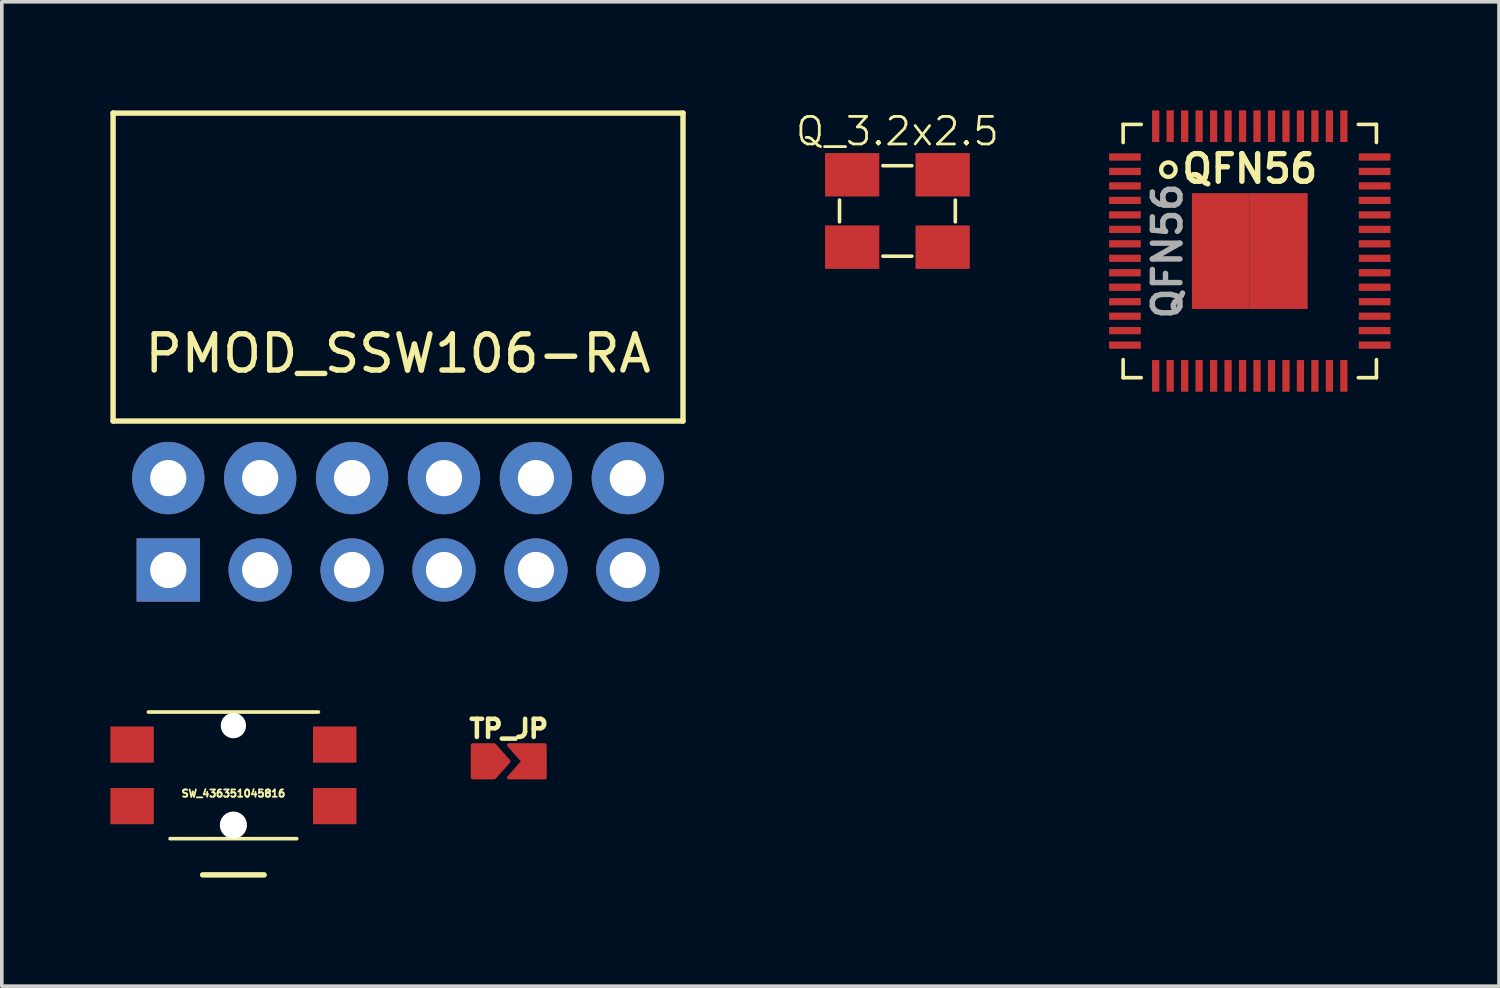
<source format=kicad_pcb>
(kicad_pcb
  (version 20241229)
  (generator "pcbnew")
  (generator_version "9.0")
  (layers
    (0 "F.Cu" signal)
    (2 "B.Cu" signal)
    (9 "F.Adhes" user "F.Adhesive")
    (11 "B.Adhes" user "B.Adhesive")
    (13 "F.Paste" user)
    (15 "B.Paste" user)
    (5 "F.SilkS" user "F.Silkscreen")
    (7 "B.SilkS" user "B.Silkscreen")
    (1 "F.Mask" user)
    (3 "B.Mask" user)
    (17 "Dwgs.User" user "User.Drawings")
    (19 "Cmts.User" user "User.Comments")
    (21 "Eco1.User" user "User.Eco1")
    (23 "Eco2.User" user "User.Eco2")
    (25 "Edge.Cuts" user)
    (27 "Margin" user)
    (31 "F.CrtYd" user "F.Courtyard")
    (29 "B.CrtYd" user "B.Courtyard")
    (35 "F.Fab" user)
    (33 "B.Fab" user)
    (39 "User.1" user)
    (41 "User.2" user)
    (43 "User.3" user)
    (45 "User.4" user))
  (footprint "PMOD_SSW106-RA"
    (layer "F.Cu")
    (at 7.95 11.432)
    (property "Reference" "PMOD_SSW106-RA" (at 0 -4.712 0) (layer "F.SilkS") (effects (font (size 1 1) (thickness 0.15))))
    (attr through_hole)
    (fp_line (start -7.875 -11.357) (end -7.875 -2.847) (stroke (width 0.15) (type solid)) (layer "F.SilkS"))
    (fp_line (start -7.875 -11.357) (end 7.875 -11.357) (stroke (width 0.15) (type solid)) (layer "F.SilkS"))
    (fp_line (start -7.875 -2.847) (end 7.875 -2.847) (stroke (width 0.15) (type solid)) (layer "F.SilkS"))
    (fp_line (start 7.875 -11.357) (end 7.875 -2.847) (stroke (width 0.15) (type solid)) (layer "F.SilkS"))
    (pad "1" thru_hole rect (at -6.35 1.27) (size 1.75 1.75) (drill 1) (layers "*.Cu" "*.Mask"))
    (pad "2" thru_hole circle (at -3.81 1.27) (size 1.75 1.75) (drill 1) (layers "*.Cu" "*.Mask"))
    (pad "3" thru_hole circle (at -1.27 1.27) (size 1.75 1.75) (drill 1) (layers "*.Cu" "*.Mask"))
    (pad "4" thru_hole circle (at 1.27 1.27) (size 1.75 1.75) (drill 1) (layers "*.Cu" "*.Mask"))
    (pad "5" thru_hole circle (at 3.81 1.27) (size 1.75 1.75) (drill 1) (layers "*.Cu" "*.Mask"))
    (pad "6" thru_hole circle (at 6.35 1.27) (size 1.75 1.75) (drill 1) (layers "*.Cu" "*.Mask"))
    (pad "7" thru_hole circle (at -6.35 -1.27) (size 2 2) (drill 1) (layers "*.Cu" "*.Mask"))
    (pad "8" thru_hole circle (at -3.81 -1.27) (size 2 2) (drill 1) (layers "*.Cu" "*.Mask"))
    (pad "9" thru_hole circle (at -1.27 -1.27) (size 2 2) (drill 1) (layers "*.Cu" "*.Mask"))
    (pad "10" thru_hole circle (at 1.27 -1.27) (size 2 2) (drill 1) (layers "*.Cu" "*.Mask"))
    (pad "11" thru_hole circle (at 3.81 -1.27) (size 2 2) (drill 1) (layers "*.Cu" "*.Mask"))
    (pad "12" thru_hole circle (at 6.35 -1.27) (size 2 2) (drill 1) (layers "*.Cu" "*.Mask")))
  (footprint "SW_436351045816"
    (layer "F.Cu")
    (at 3.4 18.377)
    (property "Reference" "SW_436351045816" (at 0 0.5 0) (layer "F.SilkS") (effects (font (size 0.2 0.2) (thickness 0.05))))
    (attr through_hole)
    (fp_line (start -2.35 -1.75) (end 2.35 -1.75) (stroke (width 0.1) (type solid)) (layer "F.SilkS"))
    (fp_line (start -1.75 1.75) (end 1.75 1.75) (stroke (width 0.1) (type solid)) (layer "F.SilkS"))
    (fp_line (start -0.85 2.75) (end 0.85 2.75) (stroke (width 0.15) (type solid)) (layer "F.SilkS"))
    (pad "" np_thru_hole circle (at 0 -1.375) (size 0.7 0.7) (drill 0.7) (layers "*.Cu" "*.Mask"))
    (pad "" np_thru_hole circle (at 0 1.375) (size 0.75 0.75) (drill 0.75) (layers "*.Cu" "*.Mask"))
    (pad "1" smd rect (at -2.8 -0.85) (size 1.2 1) (layers "F.Cu" "F.Mask" "F.Paste"))
    (pad "1" smd rect (at 2.8 -0.85) (size 1.2 1) (layers "F.Cu" "F.Mask" "F.Paste"))
    (pad "2" smd rect (at -2.8 0.85) (size 1.2 1) (layers "F.Cu" "F.Mask" "F.Paste"))
    (pad "2" smd rect (at 2.8 0.85) (size 1.2 1) (layers "F.Cu" "F.Mask" "F.Paste")))
  (footprint "QFN56"
    (layer "F.Cu")
    (at 31.488 3.888)
    (property "Reference" "QFN56" (at 0 -2.275 0) (unlocked yes) (layer "F.SilkS") (effects (font (size 0.762 0.762) (thickness 0.15))))
    (attr smd)
    (fp_line (start -3.5 -3.5) (end -3.5 -3) (stroke (width 0.1) (type solid)) (layer "F.SilkS"))
    (fp_line (start -3.5 -3.5) (end -3 -3.5) (stroke (width 0.1) (type solid)) (layer "F.SilkS"))
    (fp_line (start -3.5 3.5) (end -3.5 3) (stroke (width 0.1) (type solid)) (layer "F.SilkS"))
    (fp_line (start -3 3.5) (end -3.5 3.5) (stroke (width 0.1) (type solid)) (layer "F.SilkS"))
    (fp_line (start 3 -3.5) (end 3.5 -3.5) (stroke (width 0.1) (type solid)) (layer "F.SilkS"))
    (fp_line (start 3.5 -3.5) (end 3.5 -3) (stroke (width 0.1) (type solid)) (layer "F.SilkS"))
    (fp_line (start 3.5 3) (end 3.5 3.5) (stroke (width 0.1) (type solid)) (layer "F.SilkS"))
    (fp_line (start 3.5 3.5) (end 3 3.5) (stroke (width 0.1) (type solid)) (layer "F.SilkS"))
    (fp_circle (center -2.25 -2.25) (end -2.05 -2.25) (stroke (width 0.12) (type solid)) (fill no) (layer "F.SilkS"))
    (fp_text user "${REFERENCE}" (at -2.275 0 90) (unlocked yes) (layer "F.Fab") (effects (font (size 0.762 0.762) (thickness 0.15))))
    (pad "1" smd rect (at -3.45 -2.6) (size 0.875 0.2) (layers "F.Cu" "F.Mask" "F.Paste"))
    (pad "2" smd rect (at -3.45 -2.2) (size 0.875 0.2) (layers "F.Cu" "F.Mask" "F.Paste"))
    (pad "3" smd rect (at -3.45 -1.8) (size 0.875 0.2) (layers "F.Cu" "F.Mask" "F.Paste"))
    (pad "4" smd rect (at -3.45 -1.4) (size 0.875 0.2) (layers "F.Cu" "F.Mask" "F.Paste"))
    (pad "5" smd rect (at -3.45 -1) (size 0.875 0.2) (layers "F.Cu" "F.Mask" "F.Paste"))
    (pad "6" smd rect (at -3.45 -0.6) (size 0.875 0.2) (layers "F.Cu" "F.Mask" "F.Paste"))
    (pad "7" smd rect (at -3.45 -0.2) (size 0.875 0.2) (layers "F.Cu" "F.Mask" "F.Paste"))
    (pad "8" smd rect (at -3.45 0.2) (size 0.875 0.2) (layers "F.Cu" "F.Mask" "F.Paste"))
    (pad "9" smd rect (at -3.45 0.6) (size 0.875 0.2) (layers "F.Cu" "F.Mask" "F.Paste"))
    (pad "10" smd rect (at -3.45 1) (size 0.875 0.2) (layers "F.Cu" "F.Mask" "F.Paste"))
    (pad "11" smd rect (at -3.45 1.4) (size 0.875 0.2) (layers "F.Cu" "F.Mask" "F.Paste"))
    (pad "12" smd rect (at -3.45 1.8) (size 0.875 0.2) (layers "F.Cu" "F.Mask" "F.Paste"))
    (pad "13" smd rect (at -3.45 2.2) (size 0.875 0.2) (layers "F.Cu" "F.Mask" "F.Paste"))
    (pad "14" smd rect (at -3.45 2.6) (size 0.875 0.2) (layers "F.Cu" "F.Mask" "F.Paste"))
    (pad "15" smd rect (at -2.6 3.45 90) (size 0.875 0.2) (layers "F.Cu" "F.Mask" "F.Paste"))
    (pad "16" smd rect (at -2.2 3.45 90) (size 0.875 0.2) (layers "F.Cu" "F.Mask" "F.Paste"))
    (pad "17" smd rect (at -1.8 3.45 90) (size 0.875 0.2) (layers "F.Cu" "F.Mask" "F.Paste"))
    (pad "18" smd rect (at -1.4 3.45 90) (size 0.875 0.2) (layers "F.Cu" "F.Mask" "F.Paste"))
    (pad "19" smd rect (at -1 3.45 90) (size 0.875 0.2) (layers "F.Cu" "F.Mask" "F.Paste"))
    (pad "20" smd rect (at -0.6 3.45 90) (size 0.875 0.2) (layers "F.Cu" "F.Mask" "F.Paste"))
    (pad "21" smd rect (at -0.2 3.45 90) (size 0.875 0.2) (layers "F.Cu" "F.Mask" "F.Paste"))
    (pad "22" smd rect (at 0.2 3.45 90) (size 0.875 0.2) (layers "F.Cu" "F.Mask" "F.Paste"))
    (pad "23" smd rect (at 0.6 3.45 90) (size 0.875 0.2) (layers "F.Cu" "F.Mask" "F.Paste"))
    (pad "24" smd rect (at 1 3.45 90) (size 0.875 0.2) (layers "F.Cu" "F.Mask" "F.Paste"))
    (pad "25" smd rect (at 1.4 3.45 90) (size 0.875 0.2) (layers "F.Cu" "F.Mask" "F.Paste"))
    (pad "26" smd rect (at 1.8 3.45 90) (size 0.875 0.2) (layers "F.Cu" "F.Mask" "F.Paste"))
    (pad "27" smd rect (at 2.2 3.45 90) (size 0.875 0.2) (layers "F.Cu" "F.Mask" "F.Paste"))
    (pad "28" smd rect (at 2.6 3.45 90) (size 0.875 0.2) (layers "F.Cu" "F.Mask" "F.Paste"))
    (pad "29" smd rect (at 3.45 2.6 180) (size 0.875 0.2) (layers "F.Cu" "F.Mask" "F.Paste"))
    (pad "30" smd rect (at 3.45 2.2 180) (size 0.875 0.2) (layers "F.Cu" "F.Mask" "F.Paste"))
    (pad "31" smd rect (at 3.45 1.8 180) (size 0.875 0.2) (layers "F.Cu" "F.Mask" "F.Paste"))
    (pad "32" smd rect (at 3.45 1.4 180) (size 0.875 0.2) (layers "F.Cu" "F.Mask" "F.Paste"))
    (pad "33" smd rect (at 3.45 1 180) (size 0.875 0.2) (layers "F.Cu" "F.Mask" "F.Paste"))
    (pad "34" smd rect (at 3.45 0.6 180) (size 0.875 0.2) (layers "F.Cu" "F.Mask" "F.Paste"))
    (pad "35" smd rect (at 3.45 0.2 180) (size 0.875 0.2) (layers "F.Cu" "F.Mask" "F.Paste"))
    (pad "36" smd rect (at 3.45 -0.2 180) (size 0.875 0.2) (layers "F.Cu" "F.Mask" "F.Paste"))
    (pad "37" smd rect (at 3.45 -0.6 180) (size 0.875 0.2) (layers "F.Cu" "F.Mask" "F.Paste"))
    (pad "38" smd rect (at 3.45 -1 180) (size 0.875 0.2) (layers "F.Cu" "F.Mask" "F.Paste"))
    (pad "39" smd rect (at 3.45 -1.4 180) (size 0.875 0.2) (layers "F.Cu" "F.Mask" "F.Paste"))
    (pad "40" smd rect (at 3.45 -1.8 180) (size 0.875 0.2) (layers "F.Cu" "F.Mask" "F.Paste"))
    (pad "41" smd rect (at 3.45 -2.2 180) (size 0.875 0.2) (layers "F.Cu" "F.Mask" "F.Paste"))
    (pad "42" smd rect (at 3.45 -2.6 180) (size 0.875 0.2) (layers "F.Cu" "F.Mask" "F.Paste"))
    (pad "43" smd rect (at 2.6 -3.45 270) (size 0.875 0.2) (layers "F.Cu" "F.Mask" "F.Paste"))
    (pad "44" smd rect (at 2.2 -3.45 270) (size 0.875 0.2) (layers "F.Cu" "F.Mask" "F.Paste"))
    (pad "45" smd rect (at 1.8 -3.45 270) (size 0.875 0.2) (layers "F.Cu" "F.Mask" "F.Paste"))
    (pad "46" smd rect (at 1.4 -3.45 270) (size 0.875 0.2) (layers "F.Cu" "F.Mask" "F.Paste"))
    (pad "47" smd rect (at 1 -3.45 270) (size 0.875 0.2) (layers "F.Cu" "F.Mask" "F.Paste"))
    (pad "48" smd rect (at 0.6 -3.45 270) (size 0.875 0.2) (layers "F.Cu" "F.Mask" "F.Paste"))
    (pad "49" smd rect (at 0.2 -3.45 270) (size 0.875 0.2) (layers "F.Cu" "F.Mask" "F.Paste"))
    (pad "50" smd rect (at -0.2 -3.45 270) (size 0.875 0.2) (layers "F.Cu" "F.Mask" "F.Paste"))
    (pad "51" smd rect (at -0.6 -3.45 270) (size 0.875 0.2) (layers "F.Cu" "F.Mask" "F.Paste"))
    (pad "52" smd rect (at -1 -3.45 270) (size 0.875 0.2) (layers "F.Cu" "F.Mask" "F.Paste"))
    (pad "53" smd rect (at -1.4 -3.45 270) (size 0.875 0.2) (layers "F.Cu" "F.Mask" "F.Paste"))
    (pad "54" smd rect (at -1.8 -3.45 270) (size 0.875 0.2) (layers "F.Cu" "F.Mask" "F.Paste"))
    (pad "55" smd rect (at -2.2 -3.45 270) (size 0.875 0.2) (layers "F.Cu" "F.Mask" "F.Paste"))
    (pad "56" smd rect (at -2.6 -3.45 270) (size 0.875 0.2) (layers "F.Cu" "F.Mask" "F.Paste"))
    (pad "PAD" smd rect (at -0.8 -0.8) (size 1.6 1.6) (layers "F.Cu" "F.Mask" "F.Paste"))
    (pad "PAD" smd rect (at -0.8 0.8) (size 1.6 1.6) (layers "F.Cu" "F.Mask" "F.Paste"))
    (pad "PAD" smd rect (at 0.8 -0.8) (size 1.6 1.6) (layers "F.Cu" "F.Mask" "F.Paste"))
    (pad "PAD" smd rect (at 0.8 0.8) (size 1.6 1.6) (layers "F.Cu" "F.Mask" "F.Paste")))
  (footprint "Q_3.2x2.5"
    (layer "F.Cu")
    (at 21.75 2.78)
    (property "Reference" "Q_3.2x2.5" (at 0 -2.2 0) (layer "F.SilkS") (effects (font (size 0.762 0.762) (thickness 0.076))))
    (attr through_hole)
    (fp_line (start -1.6 0.3) (end -1.6 -0.3) (stroke (width 0.1) (type solid)) (layer "F.SilkS"))
    (fp_line (start -0.4 -1.25) (end 0.4 -1.25) (stroke (width 0.1) (type solid)) (layer "F.SilkS"))
    (fp_line (start -0.4 1.25) (end 0.4 1.25) (stroke (width 0.1) (type solid)) (layer "F.SilkS"))
    (fp_line (start 1.6 -0.3) (end 1.6 0.3) (stroke (width 0.1) (type solid)) (layer "F.SilkS"))
    (pad "1" smd rect (at -1.25 1) (size 1.5 1.2) (layers "F.Cu" "F.Mask" "F.Paste"))
    (pad "2" smd rect (at 1.25 1) (size 1.5 1.2) (layers "F.Cu" "F.Mask" "F.Paste"))
    (pad "3" smd rect (at 1.25 -1) (size 1.5 1.2) (layers "F.Cu" "F.Mask" "F.Paste"))
    (pad "4" smd rect (at -1.25 -1) (size 1.5 1.2) (layers "F.Cu" "F.Mask" "F.Paste")))
  (footprint "TP_JP"
    (layer "F.Cu")
    (at 11.009 17.989)
    (property "Reference" "TP_JP" (at 0 -0.9 0) (unlocked yes) (layer "F.SilkS") (effects (font (size 0.5 0.5) (thickness 0.125))))
    (attr smd)
    (pad "1" smd custom (at -0.6 0) (size 0.5 0.5) (layers "F.Cu" "F.Mask" "F.Paste") (options (anchor rect)) (primitives (gr_poly (pts (xy -0.4 -0.45) (xy 0.2 -0.45) (xy 0.6 0) (xy 0.2 0.45) (xy -0.4 0.45)) (width 0.1) (fill yes))))
    (pad "2" smd custom (at 0.6 0) (size 0.5 0.5) (layers "F.Cu" "F.Mask" "F.Paste") (options (anchor rect)) (primitives (gr_poly (pts (xy -0.6 -0.45) (xy -0.2 0) (xy -0.6 0.45) (xy 0.4 0.45) (xy 0.4 -0.45)) (width 0.1) (fill yes)))))
  (gr_rect
    (start -3 -3)
    (end 38.375 24.202)
    (stroke (width 0.1) (type default))
    (fill no)
    (layer "Edge.Cuts")))
</source>
